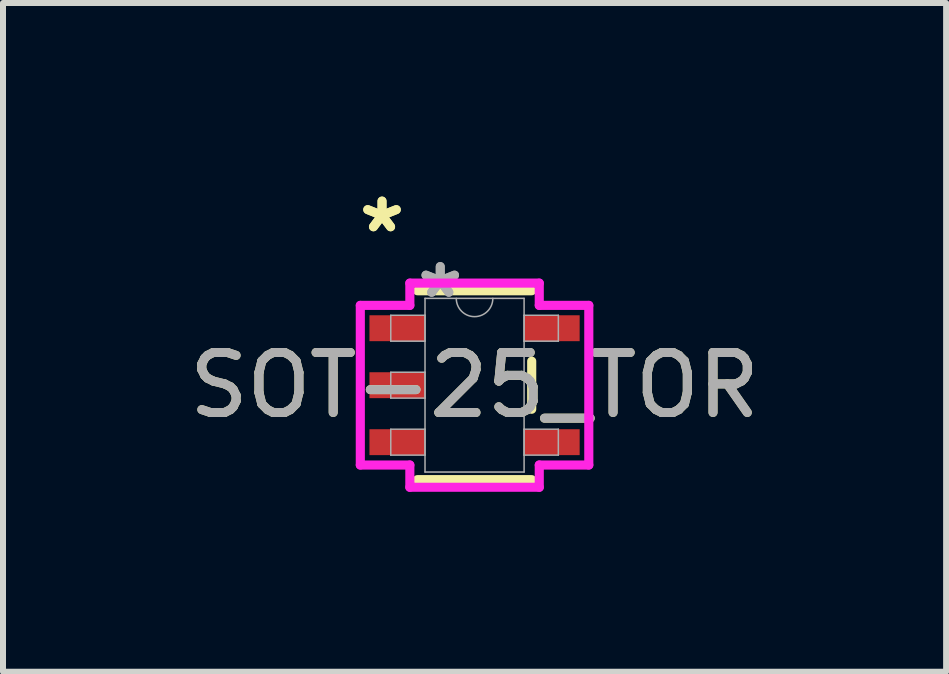
<source format=kicad_pcb>
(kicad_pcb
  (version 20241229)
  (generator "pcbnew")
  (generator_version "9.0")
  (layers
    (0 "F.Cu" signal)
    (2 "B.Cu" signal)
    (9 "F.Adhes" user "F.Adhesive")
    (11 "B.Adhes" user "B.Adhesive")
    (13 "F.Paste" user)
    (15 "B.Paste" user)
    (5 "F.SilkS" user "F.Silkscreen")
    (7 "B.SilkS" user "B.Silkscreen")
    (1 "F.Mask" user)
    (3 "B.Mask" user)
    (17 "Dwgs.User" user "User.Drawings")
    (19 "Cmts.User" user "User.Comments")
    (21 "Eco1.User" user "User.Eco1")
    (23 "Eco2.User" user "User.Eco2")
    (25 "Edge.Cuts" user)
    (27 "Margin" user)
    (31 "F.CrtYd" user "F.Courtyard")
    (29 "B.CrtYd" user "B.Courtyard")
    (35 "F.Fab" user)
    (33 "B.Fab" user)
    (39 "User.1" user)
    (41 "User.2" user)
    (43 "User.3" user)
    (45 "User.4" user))
  (footprint "SOT-25_TOR"
    (layer "F.Cu")
    (at 4.863 3.373)
    (property "Reference" "SOT-25_TOR" (at 0 0 0) (unlocked yes) (layer "F.SilkS") (effects (font (size 1 1) (thickness 0.15))))
    (attr smd)
    (fp_line (start -0.953 1.575) (end 0.953 1.575) (stroke (width 0.152) (type solid)) (layer "F.SilkS"))
    (fp_line (start 0.953 -1.575) (end -0.953 -1.575) (stroke (width 0.152) (type solid)) (layer "F.SilkS"))
    (fp_line (start 0.953 0.401) (end 0.953 -0.401) (stroke (width 0.152) (type solid)) (layer "F.SilkS"))
    (fp_line (start -1.905 -1.331) (end -1.079 -1.331) (stroke (width 0.152) (type solid)) (layer "F.CrtYd"))
    (fp_line (start -1.905 1.331) (end -1.905 -1.331) (stroke (width 0.152) (type solid)) (layer "F.CrtYd"))
    (fp_line (start -1.079 -1.702) (end 1.079 -1.702) (stroke (width 0.152) (type solid)) (layer "F.CrtYd"))
    (fp_line (start -1.079 -1.331) (end -1.079 -1.702) (stroke (width 0.152) (type solid)) (layer "F.CrtYd"))
    (fp_line (start -1.079 1.331) (end -1.905 1.331) (stroke (width 0.152) (type solid)) (layer "F.CrtYd"))
    (fp_line (start -1.079 1.702) (end -1.079 1.331) (stroke (width 0.152) (type solid)) (layer "F.CrtYd"))
    (fp_line (start 1.079 -1.702) (end 1.079 -1.331) (stroke (width 0.152) (type solid)) (layer "F.CrtYd"))
    (fp_line (start 1.079 -1.331) (end 1.905 -1.331) (stroke (width 0.152) (type solid)) (layer "F.CrtYd"))
    (fp_line (start 1.079 1.331) (end 1.079 1.702) (stroke (width 0.152) (type solid)) (layer "F.CrtYd"))
    (fp_line (start 1.079 1.702) (end -1.079 1.702) (stroke (width 0.152) (type solid)) (layer "F.CrtYd"))
    (fp_line (start 1.905 -1.331) (end 1.905 1.331) (stroke (width 0.152) (type solid)) (layer "F.CrtYd"))
    (fp_line (start 1.905 1.331) (end 1.079 1.331) (stroke (width 0.152) (type solid)) (layer "F.CrtYd"))
    (fp_line (start -1.397 -1.166) (end -1.397 -0.734) (stroke (width 0.025) (type solid)) (layer "F.Fab"))
    (fp_line (start -1.397 -0.734) (end -0.826 -0.734) (stroke (width 0.025) (type solid)) (layer "F.Fab"))
    (fp_line (start -1.397 -0.216) (end -1.397 0.216) (stroke (width 0.025) (type solid)) (layer "F.Fab"))
    (fp_line (start -1.397 0.216) (end -0.826 0.216) (stroke (width 0.025) (type solid)) (layer "F.Fab"))
    (fp_line (start -1.397 0.734) (end -1.397 1.166) (stroke (width 0.025) (type solid)) (layer "F.Fab"))
    (fp_line (start -1.397 1.166) (end -0.826 1.166) (stroke (width 0.025) (type solid)) (layer "F.Fab"))
    (fp_line (start -0.826 -1.448) (end -0.826 1.448) (stroke (width 0.025) (type solid)) (layer "F.Fab"))
    (fp_line (start -0.826 -1.166) (end -1.397 -1.166) (stroke (width 0.025) (type solid)) (layer "F.Fab"))
    (fp_line (start -0.826 -0.734) (end -0.826 -1.166) (stroke (width 0.025) (type solid)) (layer "F.Fab"))
    (fp_line (start -0.826 -0.216) (end -1.397 -0.216) (stroke (width 0.025) (type solid)) (layer "F.Fab"))
    (fp_line (start -0.826 0.216) (end -0.826 -0.216) (stroke (width 0.025) (type solid)) (layer "F.Fab"))
    (fp_line (start -0.826 0.734) (end -1.397 0.734) (stroke (width 0.025) (type solid)) (layer "F.Fab"))
    (fp_line (start -0.826 1.166) (end -0.826 0.734) (stroke (width 0.025) (type solid)) (layer "F.Fab"))
    (fp_line (start -0.826 1.448) (end 0.826 1.448) (stroke (width 0.025) (type solid)) (layer "F.Fab"))
    (fp_line (start 0.826 -1.448) (end -0.826 -1.448) (stroke (width 0.025) (type solid)) (layer "F.Fab"))
    (fp_line (start 0.826 -1.166) (end 0.826 -0.734) (stroke (width 0.025) (type solid)) (layer "F.Fab"))
    (fp_line (start 0.826 -0.734) (end 1.397 -0.734) (stroke (width 0.025) (type solid)) (layer "F.Fab"))
    (fp_line (start 0.826 0.734) (end 0.826 1.166) (stroke (width 0.025) (type solid)) (layer "F.Fab"))
    (fp_line (start 0.826 1.166) (end 1.397 1.166) (stroke (width 0.025) (type solid)) (layer "F.Fab"))
    (fp_line (start 0.826 1.448) (end 0.826 -1.448) (stroke (width 0.025) (type solid)) (layer "F.Fab"))
    (fp_line (start 1.397 -1.166) (end 0.826 -1.166) (stroke (width 0.025) (type solid)) (layer "F.Fab"))
    (fp_line (start 1.397 -0.734) (end 1.397 -1.166) (stroke (width 0.025) (type solid)) (layer "F.Fab"))
    (fp_line (start 1.397 0.734) (end 0.826 0.734) (stroke (width 0.025) (type solid)) (layer "F.Fab"))
    (fp_line (start 1.397 1.166) (end 1.397 0.734) (stroke (width 0.025) (type solid)) (layer "F.Fab"))
    (fp_arc (start 0.3048 -1.4478) (mid 0 -1.143) (end -0.3048 -1.4478) (stroke (width 0.0254) (type solid)) (layer "F.Fab"))
    (fp_text user "*" (at -1.543 -2.525 0) (layer "F.SilkS") (effects (font (size 1 1) (thickness 0.15))))
    (fp_text user "*" (at -1.543 -2.525 0) (unlocked yes) (layer "F.SilkS") (effects (font (size 1 1) (thickness 0.15))))
    (fp_text user "*" (at -0.572 -1.433 0) (layer "F.Fab") (effects (font (size 1 1) (thickness 0.15))))
    (fp_text user "*" (at -0.572 -1.433 0) (unlocked yes) (layer "F.Fab") (effects (font (size 1 1) (thickness 0.15))))
    (fp_text user "${REFERENCE}" (at 0 0 0) (unlocked yes) (layer "F.Fab") (effects (font (size 1 1) (thickness 0.15))))
    (pad "1" smd rect (at -1.289 -0.95) (size 0.927 0.432) (layers "F.Cu" "F.Mask" "F.Paste"))
    (pad "2" smd rect (at -1.289 0) (size 0.927 0.432) (layers "F.Cu" "F.Mask" "F.Paste"))
    (pad "3" smd rect (at -1.289 0.95) (size 0.927 0.432) (layers "F.Cu" "F.Mask" "F.Paste"))
    (pad "4" smd rect (at 1.289 0.95) (size 0.927 0.432) (layers "F.Cu" "F.Mask" "F.Paste"))
    (pad "5" smd rect (at 1.289 -0.95) (size 0.927 0.432) (layers "F.Cu" "F.Mask" "F.Paste")))
  (gr_rect
    (start -3 -3)
    (end 12.726 8.151)
    (stroke (width 0.1) (type default))
    (fill no)
    (layer "Edge.Cuts")))
</source>
